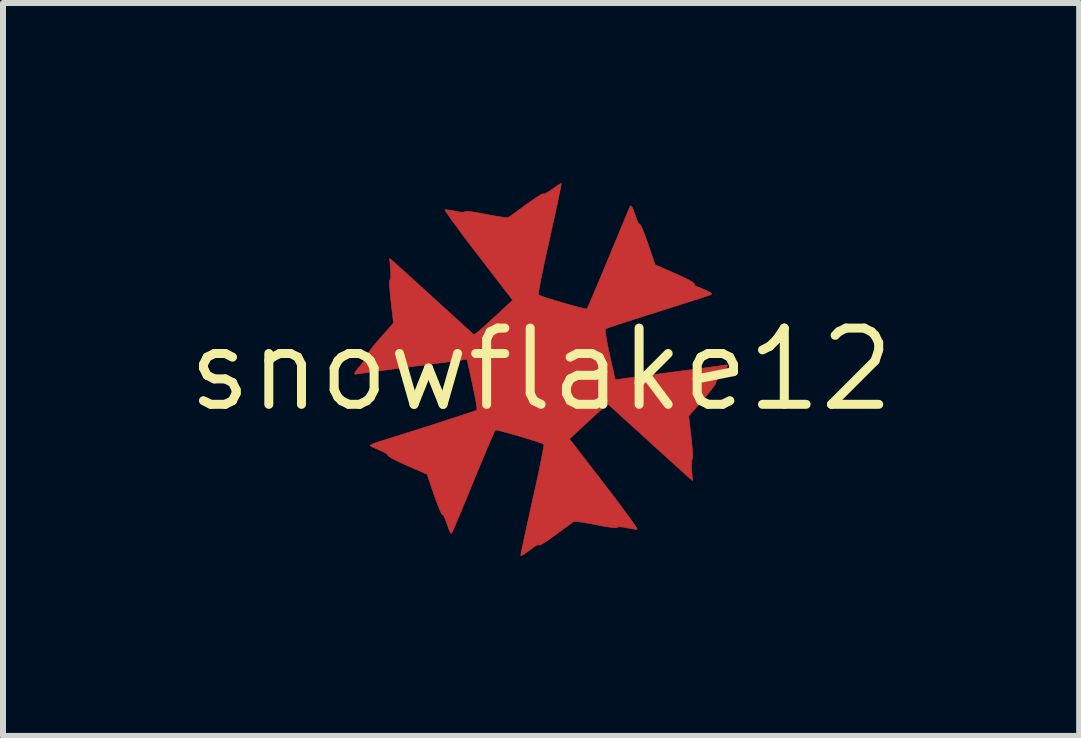
<source format=kicad_pcb>
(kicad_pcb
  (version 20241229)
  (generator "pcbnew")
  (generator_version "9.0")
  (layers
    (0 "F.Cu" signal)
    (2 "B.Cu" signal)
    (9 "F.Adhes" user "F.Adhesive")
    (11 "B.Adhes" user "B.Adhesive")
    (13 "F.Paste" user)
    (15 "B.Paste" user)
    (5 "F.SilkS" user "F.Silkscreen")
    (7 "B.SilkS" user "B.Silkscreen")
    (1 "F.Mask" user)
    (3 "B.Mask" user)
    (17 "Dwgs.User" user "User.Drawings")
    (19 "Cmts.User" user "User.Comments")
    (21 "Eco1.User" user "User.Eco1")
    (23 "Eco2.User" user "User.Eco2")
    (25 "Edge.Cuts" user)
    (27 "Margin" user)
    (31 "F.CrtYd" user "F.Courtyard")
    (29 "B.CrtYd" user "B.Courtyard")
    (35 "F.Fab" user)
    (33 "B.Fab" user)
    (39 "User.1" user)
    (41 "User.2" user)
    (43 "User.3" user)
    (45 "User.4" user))
  (footprint "snowflake12"
    (layer "F.Cu")
    (at 5.964 3.106)
    (property "Reference" "snowflake12" (at 0 0 0) (layer "F.SilkS") (effects (font (size 1.27 1.27) (thickness 0.15))))
    (attr through_hole)
    (fp_poly (pts (xy 0.335 -3.091) (xy 0.331 -3.064) (xy 0.323 -3.018) (xy 0.309 -2.948) (xy 0.289 -2.854) (xy 0.263 -2.731) (xy 0.23 -2.578) (xy 0.189 -2.392) (xy 0.14 -2.169) (xy 0.086 -1.926) (xy 0.051 -1.764) (xy 0.02 -1.616) (xy -0.007 -1.485) (xy -0.027 -1.379) (xy -0.041 -1.3) (xy -0.047 -1.255) (xy -0.046 -1.246) (xy -0.018 -1.233) (xy 0.042 -1.211) (xy 0.126 -1.183) (xy 0.226 -1.152) (xy 0.336 -1.119) (xy 0.447 -1.087) (xy 0.553 -1.057) (xy 0.644 -1.033) (xy 0.715 -1.016) (xy 0.756 -1.009) (xy 0.764 -1.009) (xy 0.776 -1.033) (xy 0.803 -1.094) (xy 0.845 -1.191) (xy 0.901 -1.322) (xy 0.97 -1.487) (xy 1.052 -1.682) (xy 1.145 -1.906) (xy 1.25 -2.159) (xy 1.365 -2.437) (xy 1.475 -2.704) (xy 1.491 -2.727) (xy 1.508 -2.72) (xy 1.529 -2.679) (xy 1.557 -2.601) (xy 1.567 -2.571) (xy 1.596 -2.488) (xy 1.621 -2.437) (xy 1.64 -2.421) (xy 1.641 -2.421) (xy 1.657 -2.405) (xy 1.684 -2.351) (xy 1.72 -2.262) (xy 1.765 -2.139) (xy 1.783 -2.088) (xy 1.899 -1.746) (xy 2.231 -1.6) (xy 2.37 -1.537) (xy 2.47 -1.487) (xy 2.531 -1.452) (xy 2.553 -1.429) (xy 2.553 -1.426) (xy 2.561 -1.4) (xy 2.586 -1.385) (xy 2.628 -1.37) (xy 2.693 -1.343) (xy 2.748 -1.319) (xy 2.814 -1.287) (xy 2.842 -1.265) (xy 2.836 -1.25) (xy 2.836 -1.25) (xy 2.809 -1.24) (xy 2.747 -1.219) (xy 2.653 -1.188) (xy 2.532 -1.149) (xy 2.387 -1.103) (xy 2.224 -1.051) (xy 2.047 -0.995) (xy 1.947 -0.963) (xy 1.765 -0.906) (xy 1.594 -0.851) (xy 1.441 -0.802) (xy 1.308 -0.759) (xy 1.201 -0.723) (xy 1.123 -0.696) (xy 1.079 -0.68) (xy 1.071 -0.676) (xy 1.069 -0.649) (xy 1.076 -0.586) (xy 1.092 -0.491) (xy 1.116 -0.369) (xy 1.143 -0.243) (xy 1.235 0.172) (xy 1.311 0.16) (xy 1.348 0.155) (xy 1.423 0.144) (xy 1.529 0.13) (xy 1.662 0.113) (xy 1.817 0.092) (xy 1.988 0.07) (xy 2.171 0.046) (xy 2.201 0.042) (xy 2.384 0.018) (xy 2.555 -0.004) (xy 2.709 -0.025) (xy 2.842 -0.043) (xy 2.948 -0.057) (xy 3.022 -0.068) (xy 3.061 -0.074) (xy 3.064 -0.075) (xy 3.098 -0.078) (xy 3.107 -0.065) (xy 3.091 -0.032) (xy 3.046 0.025) (xy 3.006 0.071) (xy 2.957 0.132) (xy 2.923 0.184) (xy 2.911 0.216) (xy 2.912 0.219) (xy 2.902 0.243) (xy 2.868 0.293) (xy 2.815 0.362) (xy 2.747 0.446) (xy 2.691 0.511) (xy 2.459 0.775) (xy 2.499 1.122) (xy 2.514 1.268) (xy 2.523 1.376) (xy 2.525 1.449) (xy 2.52 1.488) (xy 2.516 1.495) (xy 2.505 1.535) (xy 2.504 1.611) (xy 2.509 1.687) (xy 2.524 1.852) (xy 2.475 1.81) (xy 2.448 1.786) (xy 2.394 1.738) (xy 2.317 1.668) (xy 2.219 1.579) (xy 2.104 1.475) (xy 1.977 1.36) (xy 1.841 1.236) (xy 1.811 1.208) (xy 1.673 1.083) (xy 1.544 0.966) (xy 1.427 0.86) (xy 1.326 0.768) (xy 1.245 0.694) (xy 1.186 0.641) (xy 1.155 0.612) (xy 1.152 0.609) (xy 1.14 0.598) (xy 1.129 0.589) (xy 1.117 0.587) (xy 1.1 0.592) (xy 1.074 0.609) (xy 1.037 0.639) (xy 0.983 0.685) (xy 0.911 0.75) (xy 0.817 0.837) (xy 0.697 0.948) (xy 0.602 1.037) (xy 0.473 1.156) (xy 1.051 1.906) (xy 1.17 2.061) (xy 1.279 2.205) (xy 1.376 2.336) (xy 1.46 2.449) (xy 1.526 2.542) (xy 1.573 2.61) (xy 1.599 2.651) (xy 1.602 2.662) (xy 1.569 2.661) (xy 1.508 2.652) (xy 1.432 2.638) (xy 1.428 2.637) (xy 1.341 2.622) (xy 1.289 2.62) (xy 1.267 2.63) (xy 1.244 2.636) (xy 1.187 2.632) (xy 1.094 2.619) (xy 0.963 2.595) (xy 0.912 2.585) (xy 0.796 2.563) (xy 0.694 2.546) (xy 0.612 2.535) (xy 0.56 2.531) (xy 0.545 2.533) (xy 0.519 2.55) (xy 0.467 2.588) (xy 0.392 2.642) (xy 0.303 2.707) (xy 0.245 2.75) (xy 0.14 2.826) (xy 0.056 2.882) (xy -0.003 2.917) (xy -0.034 2.928) (xy -0.037 2.925) (xy -0.058 2.919) (xy -0.104 2.945) (xy -0.124 2.959) (xy -0.217 3.029) (xy -0.285 3.076) (xy -0.327 3.099) (xy -0.339 3.097) (xy -0.335 3.076) (xy -0.326 3.027) (xy -0.31 2.949) (xy -0.287 2.839) (xy -0.256 2.697) (xy -0.217 2.519) (xy -0.17 2.305) (xy -0.114 2.052) (xy -0.086 1.926) (xy -0.051 1.764) (xy -0.02 1.616) (xy 0.007 1.485) (xy 0.027 1.379) (xy 0.041 1.3) (xy 0.047 1.255) (xy 0.046 1.246) (xy 0.018 1.232) (xy -0.042 1.211) (xy -0.126 1.183) (xy -0.227 1.151) (xy -0.336 1.118) (xy -0.448 1.086) (xy -0.553 1.057) (xy -0.644 1.032) (xy -0.714 1.015) (xy -0.756 1.008) (xy -0.763 1.009) (xy -0.775 1.032) (xy -0.801 1.09) (xy -0.839 1.177) (xy -0.888 1.29) (xy -0.944 1.424) (xy -1.007 1.575) (xy -1.065 1.714) (xy -1.158 1.94) (xy -1.236 2.129) (xy -1.301 2.285) (xy -1.353 2.412) (xy -1.395 2.512) (xy -1.427 2.588) (xy -1.452 2.644) (xy -1.469 2.684) (xy -1.482 2.708) (xy -1.49 2.723) (xy -1.495 2.729) (xy -1.499 2.73) (xy -1.501 2.731) (xy -1.514 2.712) (xy -1.535 2.662) (xy -1.56 2.591) (xy -1.567 2.571) (xy -1.595 2.491) (xy -1.62 2.439) (xy -1.639 2.42) (xy -1.641 2.421) (xy -1.656 2.405) (xy -1.682 2.352) (xy -1.717 2.266) (xy -1.76 2.151) (xy -1.782 2.088) (xy -1.899 1.746) (xy -2.231 1.6) (xy -2.358 1.542) (xy -2.456 1.494) (xy -2.522 1.457) (xy -2.552 1.433) (xy -2.553 1.428) (xy -2.567 1.407) (xy -2.615 1.377) (xy -2.691 1.343) (xy -2.763 1.312) (xy -2.819 1.286) (xy -2.847 1.269) (xy -2.849 1.267) (xy -2.835 1.253) (xy -2.791 1.233) (xy -2.726 1.21) (xy -2.539 1.152) (xy -2.347 1.091) (xy -2.154 1.03) (xy -1.963 0.97) (xy -1.781 0.912) (xy -1.61 0.856) (xy -1.455 0.806) (xy -1.32 0.762) (xy -1.21 0.726) (xy -1.129 0.698) (xy -1.082 0.681) (xy -1.071 0.676) (xy -1.069 0.649) (xy -1.076 0.586) (xy -1.092 0.491) (xy -1.116 0.369) (xy -1.143 0.243) (xy -1.235 -0.172) (xy -1.311 -0.16) (xy -1.348 -0.155) (xy -1.423 -0.144) (xy -1.529 -0.13) (xy -1.662 -0.113) (xy -1.817 -0.092) (xy -1.988 -0.07) (xy -2.171 -0.046) (xy -2.201 -0.042) (xy -2.384 -0.018) (xy -2.555 0.004) (xy -2.709 0.025) (xy -2.842 0.043) (xy -2.948 0.057) (xy -3.022 0.068) (xy -3.061 0.074) (xy -3.064 0.075) (xy -3.098 0.078) (xy -3.107 0.065) (xy -3.091 0.032) (xy -3.046 -0.025) (xy -3.006 -0.071) (xy -2.957 -0.132) (xy -2.923 -0.184) (xy -2.911 -0.216) (xy -2.912 -0.219) (xy -2.902 -0.243) (xy -2.868 -0.293) (xy -2.815 -0.362) (xy -2.747 -0.446) (xy -2.691 -0.511) (xy -2.459 -0.775) (xy -2.499 -1.122) (xy -2.514 -1.268) (xy -2.523 -1.376) (xy -2.525 -1.449) (xy -2.52 -1.488) (xy -2.516 -1.495) (xy -2.505 -1.535) (xy -2.504 -1.611) (xy -2.509 -1.687) (xy -2.524 -1.852) (xy -2.475 -1.81) (xy -2.448 -1.786) (xy -2.394 -1.738) (xy -2.316 -1.668) (xy -2.218 -1.579) (xy -2.104 -1.475) (xy -1.977 -1.36) (xy -1.84 -1.236) (xy -1.81 -1.208) (xy -1.673 -1.083) (xy -1.544 -0.966) (xy -1.427 -0.86) (xy -1.326 -0.768) (xy -1.245 -0.694) (xy -1.186 -0.641) (xy -1.155 -0.612) (xy -1.152 -0.61) (xy -1.14 -0.598) (xy -1.129 -0.589) (xy -1.117 -0.587) (xy -1.1 -0.592) (xy -1.075 -0.609) (xy -1.037 -0.639) (xy -0.984 -0.685) (xy -0.912 -0.75) (xy -0.818 -0.837) (xy -0.698 -0.947) (xy -0.602 -1.037) (xy -0.473 -1.155) (xy -1.05 -1.906) (xy -1.169 -2.061) (xy -1.278 -2.205) (xy -1.375 -2.336) (xy -1.458 -2.449) (xy -1.525 -2.542) (xy -1.572 -2.61) (xy -1.598 -2.651) (xy -1.601 -2.662) (xy -1.569 -2.661) (xy -1.508 -2.653) (xy -1.432 -2.638) (xy -1.428 -2.637) (xy -1.341 -2.622) (xy -1.289 -2.62) (xy -1.267 -2.63) (xy -1.244 -2.636) (xy -1.187 -2.632) (xy -1.094 -2.619) (xy -0.963 -2.595) (xy -0.912 -2.585) (xy -0.796 -2.563) (xy -0.694 -2.546) (xy -0.612 -2.535) (xy -0.56 -2.531) (xy -0.545 -2.532) (xy -0.519 -2.55) (xy -0.467 -2.588) (xy -0.392 -2.642) (xy -0.304 -2.707) (xy -0.245 -2.75) (xy -0.148 -2.819) (xy -0.066 -2.874) (xy -0.005 -2.912) (xy 0.03 -2.928) (xy 0.037 -2.926) (xy 0.057 -2.925) (xy 0.104 -2.949) (xy 0.172 -2.994) (xy 0.187 -3.005) (xy 0.252 -3.051) (xy 0.303 -3.085) (xy 0.332 -3.101) (xy 0.335 -3.101) (xy 0.335 -3.091)) (stroke (width 0.01) (type solid)) (fill yes) (layer "F.Cu"))
    (fp_poly (pts (xy 0.335 -3.091) (xy 0.331 -3.064) (xy 0.323 -3.018) (xy 0.309 -2.948) (xy 0.289 -2.854) (xy 0.263 -2.731) (xy 0.23 -2.578) (xy 0.189 -2.392) (xy 0.14 -2.169) (xy 0.086 -1.926) (xy 0.051 -1.764) (xy 0.02 -1.616) (xy -0.007 -1.485) (xy -0.027 -1.379) (xy -0.041 -1.3) (xy -0.047 -1.255) (xy -0.046 -1.246) (xy -0.018 -1.233) (xy 0.042 -1.211) (xy 0.126 -1.183) (xy 0.226 -1.152) (xy 0.336 -1.119) (xy 0.447 -1.087) (xy 0.553 -1.057) (xy 0.644 -1.033) (xy 0.715 -1.016) (xy 0.756 -1.009) (xy 0.764 -1.009) (xy 0.776 -1.033) (xy 0.803 -1.094) (xy 0.845 -1.191) (xy 0.901 -1.322) (xy 0.97 -1.487) (xy 1.052 -1.682) (xy 1.145 -1.906) (xy 1.25 -2.159) (xy 1.365 -2.437) (xy 1.475 -2.704) (xy 1.491 -2.727) (xy 1.508 -2.72) (xy 1.529 -2.679) (xy 1.557 -2.601) (xy 1.567 -2.571) (xy 1.596 -2.488) (xy 1.621 -2.437) (xy 1.64 -2.421) (xy 1.641 -2.421) (xy 1.657 -2.405) (xy 1.684 -2.351) (xy 1.72 -2.262) (xy 1.765 -2.139) (xy 1.783 -2.088) (xy 1.899 -1.746) (xy 2.231 -1.6) (xy 2.37 -1.537) (xy 2.47 -1.487) (xy 2.531 -1.452) (xy 2.553 -1.429) (xy 2.553 -1.426) (xy 2.561 -1.4) (xy 2.586 -1.385) (xy 2.628 -1.37) (xy 2.693 -1.343) (xy 2.748 -1.319) (xy 2.814 -1.287) (xy 2.842 -1.265) (xy 2.836 -1.25) (xy 2.836 -1.25) (xy 2.809 -1.24) (xy 2.747 -1.219) (xy 2.653 -1.188) (xy 2.532 -1.149) (xy 2.387 -1.103) (xy 2.224 -1.051) (xy 2.047 -0.995) (xy 1.947 -0.963) (xy 1.765 -0.906) (xy 1.594 -0.851) (xy 1.441 -0.802) (xy 1.308 -0.759) (xy 1.201 -0.723) (xy 1.123 -0.696) (xy 1.079 -0.68) (xy 1.071 -0.676) (xy 1.069 -0.649) (xy 1.076 -0.586) (xy 1.092 -0.491) (xy 1.116 -0.369) (xy 1.143 -0.243) (xy 1.235 0.172) (xy 1.311 0.16) (xy 1.348 0.155) (xy 1.423 0.144) (xy 1.529 0.13) (xy 1.662 0.113) (xy 1.817 0.092) (xy 1.988 0.07) (xy 2.171 0.046) (xy 2.201 0.042) (xy 2.384 0.018) (xy 2.555 -0.004) (xy 2.709 -0.025) (xy 2.842 -0.043) (xy 2.948 -0.057) (xy 3.022 -0.068) (xy 3.061 -0.074) (xy 3.064 -0.075) (xy 3.098 -0.078) (xy 3.107 -0.065) (xy 3.091 -0.032) (xy 3.046 0.025) (xy 3.006 0.071) (xy 2.957 0.132) (xy 2.923 0.184) (xy 2.911 0.216) (xy 2.912 0.219) (xy 2.902 0.243) (xy 2.868 0.293) (xy 2.815 0.362) (xy 2.747 0.446) (xy 2.691 0.511) (xy 2.459 0.775) (xy 2.499 1.122) (xy 2.514 1.268) (xy 2.523 1.376) (xy 2.525 1.449) (xy 2.52 1.488) (xy 2.516 1.495) (xy 2.505 1.535) (xy 2.504 1.611) (xy 2.509 1.687) (xy 2.524 1.852) (xy 2.475 1.81) (xy 2.448 1.786) (xy 2.394 1.738) (xy 2.317 1.668) (xy 2.219 1.579) (xy 2.104 1.475) (xy 1.977 1.36) (xy 1.841 1.236) (xy 1.811 1.208) (xy 1.673 1.083) (xy 1.544 0.966) (xy 1.427 0.86) (xy 1.326 0.768) (xy 1.245 0.694) (xy 1.186 0.641) (xy 1.155 0.612) (xy 1.152 0.609) (xy 1.14 0.598) (xy 1.129 0.589) (xy 1.117 0.587) (xy 1.1 0.592) (xy 1.074 0.609) (xy 1.037 0.639) (xy 0.983 0.685) (xy 0.911 0.75) (xy 0.817 0.837) (xy 0.697 0.948) (xy 0.602 1.037) (xy 0.473 1.156) (xy 1.051 1.906) (xy 1.17 2.061) (xy 1.279 2.205) (xy 1.376 2.336) (xy 1.46 2.449) (xy 1.526 2.542) (xy 1.573 2.61) (xy 1.599 2.651) (xy 1.602 2.662) (xy 1.569 2.661) (xy 1.508 2.652) (xy 1.432 2.638) (xy 1.428 2.637) (xy 1.341 2.622) (xy 1.289 2.62) (xy 1.267 2.63) (xy 1.244 2.636) (xy 1.187 2.632) (xy 1.094 2.619) (xy 0.963 2.595) (xy 0.912 2.585) (xy 0.796 2.563) (xy 0.694 2.546) (xy 0.612 2.535) (xy 0.56 2.531) (xy 0.545 2.533) (xy 0.519 2.55) (xy 0.467 2.588) (xy 0.392 2.642) (xy 0.303 2.707) (xy 0.245 2.75) (xy 0.14 2.826) (xy 0.056 2.882) (xy -0.003 2.917) (xy -0.034 2.928) (xy -0.037 2.925) (xy -0.058 2.919) (xy -0.104 2.945) (xy -0.124 2.959) (xy -0.217 3.029) (xy -0.285 3.076) (xy -0.327 3.099) (xy -0.339 3.097) (xy -0.335 3.076) (xy -0.326 3.027) (xy -0.31 2.949) (xy -0.287 2.839) (xy -0.256 2.697) (xy -0.217 2.519) (xy -0.17 2.305) (xy -0.114 2.052) (xy -0.086 1.926) (xy -0.051 1.764) (xy -0.02 1.616) (xy 0.007 1.485) (xy 0.027 1.379) (xy 0.041 1.3) (xy 0.047 1.255) (xy 0.046 1.246) (xy 0.018 1.232) (xy -0.042 1.211) (xy -0.126 1.183) (xy -0.227 1.151) (xy -0.336 1.118) (xy -0.448 1.086) (xy -0.553 1.057) (xy -0.644 1.032) (xy -0.714 1.015) (xy -0.756 1.008) (xy -0.763 1.009) (xy -0.775 1.032) (xy -0.801 1.09) (xy -0.839 1.177) (xy -0.888 1.29) (xy -0.944 1.424) (xy -1.007 1.575) (xy -1.065 1.714) (xy -1.158 1.94) (xy -1.236 2.129) (xy -1.301 2.285) (xy -1.353 2.412) (xy -1.395 2.512) (xy -1.427 2.588) (xy -1.452 2.644) (xy -1.469 2.684) (xy -1.482 2.708) (xy -1.49 2.723) (xy -1.495 2.729) (xy -1.499 2.73) (xy -1.501 2.731) (xy -1.514 2.712) (xy -1.535 2.662) (xy -1.56 2.591) (xy -1.567 2.571) (xy -1.595 2.491) (xy -1.62 2.439) (xy -1.639 2.42) (xy -1.641 2.421) (xy -1.656 2.405) (xy -1.682 2.352) (xy -1.717 2.266) (xy -1.76 2.151) (xy -1.782 2.088) (xy -1.899 1.746) (xy -2.231 1.6) (xy -2.358 1.542) (xy -2.456 1.494) (xy -2.522 1.457) (xy -2.552 1.433) (xy -2.553 1.428) (xy -2.567 1.407) (xy -2.615 1.377) (xy -2.691 1.343) (xy -2.763 1.312) (xy -2.819 1.286) (xy -2.847 1.269) (xy -2.849 1.267) (xy -2.835 1.253) (xy -2.791 1.233) (xy -2.726 1.21) (xy -2.539 1.152) (xy -2.347 1.091) (xy -2.154 1.03) (xy -1.963 0.97) (xy -1.781 0.912) (xy -1.61 0.856) (xy -1.455 0.806) (xy -1.32 0.762) (xy -1.21 0.726) (xy -1.129 0.698) (xy -1.082 0.681) (xy -1.071 0.676) (xy -1.069 0.649) (xy -1.076 0.586) (xy -1.092 0.491) (xy -1.116 0.369) (xy -1.143 0.243) (xy -1.235 -0.172) (xy -1.311 -0.16) (xy -1.348 -0.155) (xy -1.423 -0.144) (xy -1.529 -0.13) (xy -1.662 -0.113) (xy -1.817 -0.092) (xy -1.988 -0.07) (xy -2.171 -0.046) (xy -2.201 -0.042) (xy -2.384 -0.018) (xy -2.555 0.004) (xy -2.709 0.025) (xy -2.842 0.043) (xy -2.948 0.057) (xy -3.022 0.068) (xy -3.061 0.074) (xy -3.064 0.075) (xy -3.098 0.078) (xy -3.107 0.065) (xy -3.091 0.032) (xy -3.046 -0.025) (xy -3.006 -0.071) (xy -2.957 -0.132) (xy -2.923 -0.184) (xy -2.911 -0.216) (xy -2.912 -0.219) (xy -2.902 -0.243) (xy -2.868 -0.293) (xy -2.815 -0.362) (xy -2.747 -0.446) (xy -2.691 -0.511) (xy -2.459 -0.775) (xy -2.499 -1.122) (xy -2.514 -1.268) (xy -2.523 -1.376) (xy -2.525 -1.449) (xy -2.52 -1.488) (xy -2.516 -1.495) (xy -2.505 -1.535) (xy -2.504 -1.611) (xy -2.509 -1.687) (xy -2.524 -1.852) (xy -2.475 -1.81) (xy -2.448 -1.786) (xy -2.394 -1.738) (xy -2.316 -1.668) (xy -2.218 -1.579) (xy -2.104 -1.475) (xy -1.977 -1.36) (xy -1.84 -1.236) (xy -1.81 -1.208) (xy -1.673 -1.083) (xy -1.544 -0.966) (xy -1.427 -0.86) (xy -1.326 -0.768) (xy -1.245 -0.694) (xy -1.186 -0.641) (xy -1.155 -0.612) (xy -1.152 -0.61) (xy -1.14 -0.598) (xy -1.129 -0.589) (xy -1.117 -0.587) (xy -1.1 -0.592) (xy -1.075 -0.609) (xy -1.037 -0.639) (xy -0.984 -0.685) (xy -0.912 -0.75) (xy -0.818 -0.837) (xy -0.698 -0.947) (xy -0.602 -1.037) (xy -0.473 -1.155) (xy -1.05 -1.906) (xy -1.169 -2.061) (xy -1.278 -2.205) (xy -1.375 -2.336) (xy -1.458 -2.449) (xy -1.525 -2.542) (xy -1.572 -2.61) (xy -1.598 -2.651) (xy -1.601 -2.662) (xy -1.569 -2.661) (xy -1.508 -2.653) (xy -1.432 -2.638) (xy -1.428 -2.637) (xy -1.341 -2.622) (xy -1.289 -2.62) (xy -1.267 -2.63) (xy -1.244 -2.636) (xy -1.187 -2.632) (xy -1.094 -2.619) (xy -0.963 -2.595) (xy -0.912 -2.585) (xy -0.796 -2.563) (xy -0.694 -2.546) (xy -0.612 -2.535) (xy -0.56 -2.531) (xy -0.545 -2.532) (xy -0.519 -2.55) (xy -0.467 -2.588) (xy -0.392 -2.642) (xy -0.304 -2.707) (xy -0.245 -2.75) (xy -0.148 -2.819) (xy -0.066 -2.874) (xy -0.005 -2.912) (xy 0.03 -2.928) (xy 0.037 -2.926) (xy 0.057 -2.925) (xy 0.104 -2.949) (xy 0.172 -2.994) (xy 0.187 -3.005) (xy 0.252 -3.051) (xy 0.303 -3.085) (xy 0.332 -3.101) (xy 0.335 -3.101) (xy 0.335 -3.091)) (stroke (width 0.01) (type solid)) (fill yes) (layer "F.Mask")))
  (gr_rect
    (start -3 -3)
    (end 14.928 9.21)
    (stroke (width 0.1) (type default))
    (fill no)
    (layer "Edge.Cuts")))
</source>
